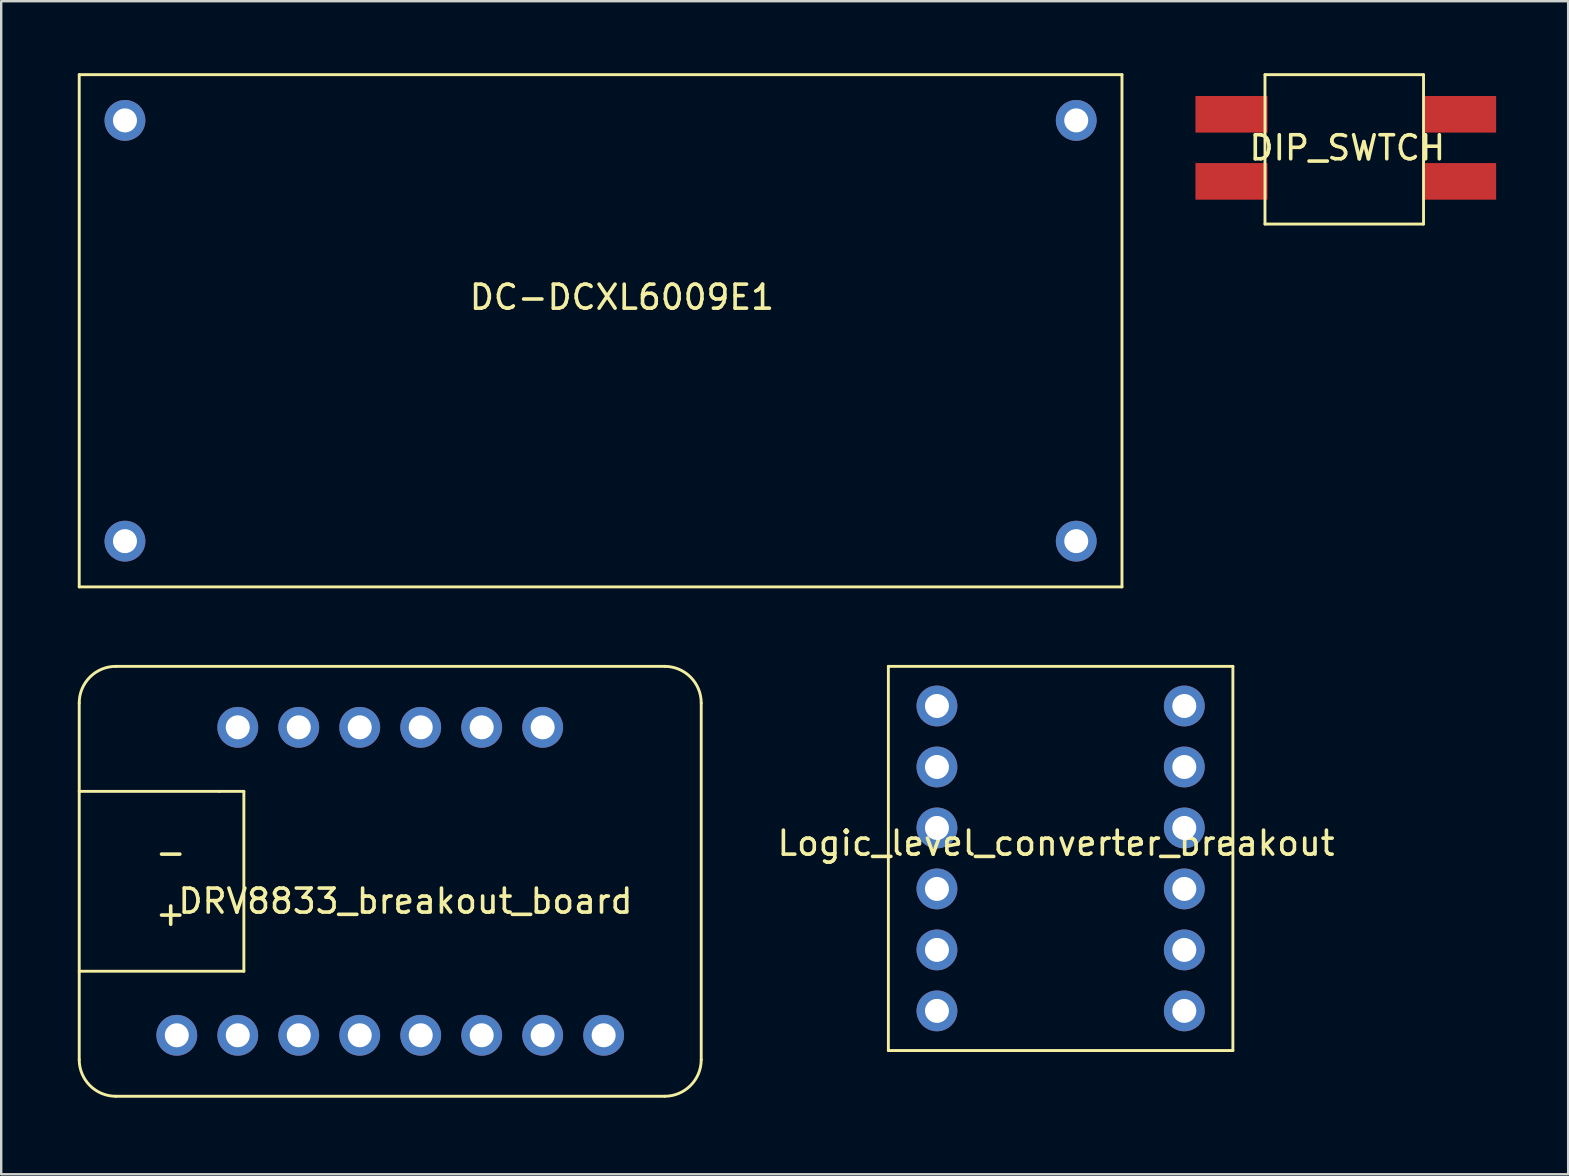
<source format=kicad_pcb>
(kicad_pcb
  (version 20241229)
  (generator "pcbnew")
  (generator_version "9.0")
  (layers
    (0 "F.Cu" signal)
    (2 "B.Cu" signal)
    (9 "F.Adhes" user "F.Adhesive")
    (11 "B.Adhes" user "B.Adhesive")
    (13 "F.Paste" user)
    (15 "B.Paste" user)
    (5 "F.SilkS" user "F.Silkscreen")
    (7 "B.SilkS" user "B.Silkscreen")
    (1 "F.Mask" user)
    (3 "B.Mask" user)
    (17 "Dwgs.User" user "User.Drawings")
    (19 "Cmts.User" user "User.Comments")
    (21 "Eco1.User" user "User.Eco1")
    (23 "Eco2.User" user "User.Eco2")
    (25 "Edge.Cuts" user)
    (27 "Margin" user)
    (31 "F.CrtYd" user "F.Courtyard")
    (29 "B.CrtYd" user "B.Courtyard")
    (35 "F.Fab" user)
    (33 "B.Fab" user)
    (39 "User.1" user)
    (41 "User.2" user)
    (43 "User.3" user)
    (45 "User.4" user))
  (footprint "DIP_SWTCH"
    (layer "F.Cu")
    (at 53.07 3.108)
    (property "Reference" "DIP_SWTCH" (at 0 0 0) (layer "F.SilkS") (effects (font (size 1 1) (thickness 0.15))))
    (attr through_hole)
    (fp_line (start -3.429 -3.048) (end -3.429 3.175) (stroke (width 0.12) (type solid)) (layer "F.SilkS"))
    (fp_line (start -3.429 3.175) (end 3.175 3.175) (stroke (width 0.12) (type solid)) (layer "F.SilkS"))
    (fp_line (start 3.175 -3.048) (end -3.429 -3.048) (stroke (width 0.12) (type solid)) (layer "F.SilkS"))
    (fp_line (start 3.175 3.175) (end 3.175 -3.048) (stroke (width 0.12) (type solid)) (layer "F.SilkS"))
    (pad "1" smd rect (at -4.826 -1.397 180) (size 3 1.524) (layers "F.Cu" "F.Mask" "F.Paste"))
    (pad "2" smd rect (at -4.826 1.397 180) (size 3 1.524) (layers "F.Cu" "F.Mask" "F.Paste"))
    (pad "3" smd rect (at 4.699 -1.397 180) (size 3 1.524) (layers "F.Cu" "F.Mask" "F.Paste"))
    (pad "4" smd rect (at 4.699 1.397 180) (size 3 1.524) (layers "F.Cu" "F.Mask" "F.Paste")))
  (footprint "Logic_level_converter_breakout"
    (layer "F.Cu")
    (at 33.953 40.708)
    (property "Reference" "Logic_level_converter_breakout" (at 6.985 -8.636 0) (layer "F.SilkS") (effects (font (size 1 1) (thickness 0.15))))
    (attr through_hole)
    (fp_line (start 0 -16.002) (end 0 0) (stroke (width 0.12) (type solid)) (layer "F.SilkS"))
    (fp_line (start 0 0) (end 14.351 0) (stroke (width 0.12) (type solid)) (layer "F.SilkS"))
    (fp_line (start 14.351 -16.002) (end 0 -16.002) (stroke (width 0.12) (type solid)) (layer "F.SilkS"))
    (fp_line (start 14.351 0) (end 14.351 -16.002) (stroke (width 0.12) (type solid)) (layer "F.SilkS"))
    (pad "1" thru_hole circle (at 2.024 -14.351) (size 1.7 1.7) (drill 1) (layers "*.Cu" "*.Mask"))
    (pad "2" thru_hole circle (at 2.024 -11.811) (size 1.7 1.7) (drill 1) (layers "*.Cu" "*.Mask"))
    (pad "3" thru_hole circle (at 2.024 -9.271) (size 1.7 1.7) (drill 1) (layers "*.Cu" "*.Mask"))
    (pad "4" thru_hole circle (at 2.024 -6.731) (size 1.7 1.7) (drill 1) (layers "*.Cu" "*.Mask"))
    (pad "5" thru_hole circle (at 2.024 -4.191) (size 1.7 1.7) (drill 1) (layers "*.Cu" "*.Mask"))
    (pad "6" thru_hole circle (at 2.024 -1.651) (size 1.7 1.7) (drill 1) (layers "*.Cu" "*.Mask"))
    (pad "7" thru_hole circle (at 12.327 -14.351) (size 1.7 1.7) (drill 1) (layers "*.Cu" "*.Mask"))
    (pad "8" thru_hole circle (at 12.327 -11.811) (size 1.7 1.7) (drill 1) (layers "*.Cu" "*.Mask"))
    (pad "9" thru_hole circle (at 12.327 -9.271) (size 1.7 1.7) (drill 1) (layers "*.Cu" "*.Mask"))
    (pad "10" thru_hole circle (at 12.327 -6.731) (size 1.7 1.7) (drill 1) (layers "*.Cu" "*.Mask"))
    (pad "11" thru_hole circle (at 12.327 -4.191) (size 1.7 1.7) (drill 1) (layers "*.Cu" "*.Mask"))
    (pad "12" thru_hole circle (at 12.327 -1.651) (size 1.7 1.7) (drill 1) (layers "*.Cu" "*.Mask")))
  (footprint "DRV8833_breakout_board"
    (layer "F.Cu")
    (at 0.25 42.613)
    (property "Reference" "DRV8833_breakout_board" (at 13.589 -8.128 0) (layer "F.SilkS") (effects (font (size 1 1) (thickness 0.15))))
    (attr through_hole)
    (fp_line (start 0 -16.383) (end 0 -1.524) (stroke (width 0.12) (type solid)) (layer "F.SilkS"))
    (fp_line (start 0 -12.7) (end 5.842 -12.7) (stroke (width 0.12) (type solid)) (layer "F.SilkS"))
    (fp_line (start 0 -5.207) (end 6.858 -5.207) (stroke (width 0.12) (type solid)) (layer "F.SilkS"))
    (fp_line (start 1.524 0) (end 24.384 0) (stroke (width 0.12) (type solid)) (layer "F.SilkS"))
    (fp_line (start 6.858 -12.7) (end 5.842 -12.7) (stroke (width 0.12) (type solid)) (layer "F.SilkS"))
    (fp_line (start 6.858 -5.207) (end 6.858 -12.7) (stroke (width 0.12) (type solid)) (layer "F.SilkS"))
    (fp_line (start 24.384 -17.907) (end 1.524 -17.907) (stroke (width 0.12) (type solid)) (layer "F.SilkS"))
    (fp_line (start 25.908 -1.524) (end 25.908 -16.383) (stroke (width 0.12) (type solid)) (layer "F.SilkS"))
    (fp_arc (start 0 -16.383) (mid 0.446369 -17.460631) (end 1.524 -17.907) (stroke (width 0.12) (type solid)) (layer "F.SilkS"))
    (fp_arc (start 1.524 0) (mid 0.446369 -0.446369) (end 0 -1.524) (stroke (width 0.12) (type solid)) (layer "F.SilkS"))
    (fp_arc (start 24.384 -17.907) (mid 25.461631 -17.460631) (end 25.908 -16.383) (stroke (width 0.12) (type solid)) (layer "F.SilkS"))
    (fp_arc (start 25.908 -1.524) (mid 25.461631 -0.446369) (end 24.384 0) (stroke (width 0.12) (type solid)) (layer "F.SilkS"))
    (fp_text user "-" (at 3.81 -10.16 0) (layer "F.SilkS") (effects (font (size 1 1) (thickness 0.15))))
    (fp_text user "+" (at 3.81 -7.62 0) (layer "F.SilkS") (effects (font (size 1 1) (thickness 0.15))))
    (pad "1" thru_hole circle (at 19.304 -15.367) (size 1.7 1.7) (drill 1) (layers "*.Cu" "*.Mask"))
    (pad "2" thru_hole circle (at 16.764 -15.367) (size 1.7 1.7) (drill 1) (layers "*.Cu" "*.Mask"))
    (pad "3" thru_hole circle (at 14.224 -15.367) (size 1.7 1.7) (drill 1) (layers "*.Cu" "*.Mask"))
    (pad "4" thru_hole circle (at 11.684 -15.367) (size 1.7 1.7) (drill 1) (layers "*.Cu" "*.Mask"))
    (pad "5" thru_hole circle (at 9.144 -15.367) (size 1.7 1.7) (drill 1) (layers "*.Cu" "*.Mask"))
    (pad "6" thru_hole circle (at 6.604 -15.367) (size 1.7 1.7) (drill 1) (layers "*.Cu" "*.Mask"))
    (pad "7" thru_hole circle (at 21.844 -2.54) (size 1.7 1.7) (drill 1) (layers "*.Cu" "*.Mask"))
    (pad "8" thru_hole circle (at 19.304 -2.54) (size 1.7 1.7) (drill 1) (layers "*.Cu" "*.Mask"))
    (pad "9" thru_hole circle (at 16.764 -2.54) (size 1.7 1.7) (drill 1) (layers "*.Cu" "*.Mask"))
    (pad "10" thru_hole circle (at 14.224 -2.54) (size 1.7 1.7) (drill 1) (layers "*.Cu" "*.Mask"))
    (pad "11" thru_hole circle (at 11.684 -2.54) (size 1.7 1.7) (drill 1) (layers "*.Cu" "*.Mask"))
    (pad "12" thru_hole circle (at 9.144 -2.54) (size 1.7 1.7) (drill 1) (layers "*.Cu" "*.Mask"))
    (pad "13" thru_hole circle (at 6.604 -2.54) (size 1.7 1.7) (drill 1) (layers "*.Cu" "*.Mask"))
    (pad "14" thru_hole circle (at 4.064 -2.54) (size 1.7 1.7) (drill 1) (layers "*.Cu" "*.Mask")))
  (footprint "DC-DCXL6009E1"
    (layer "F.Cu")
    (at 0.25 21.396)
    (property "Reference" "DC-DCXL6009E1" (at 22.606 -12.065 0) (layer "F.SilkS") (effects (font (size 1 1) (thickness 0.15))))
    (attr through_hole)
    (fp_line (start 0 -21.336) (end 0 0) (stroke (width 0.12) (type solid)) (layer "F.SilkS"))
    (fp_line (start 0 0) (end 43.434 0) (stroke (width 0.12) (type solid)) (layer "F.SilkS"))
    (fp_line (start 43.434 -21.336) (end 0 -21.336) (stroke (width 0.12) (type solid)) (layer "F.SilkS"))
    (fp_line (start 43.434 0) (end 43.434 -21.336) (stroke (width 0.12) (type solid)) (layer "F.SilkS"))
    (pad "1" thru_hole circle (at 1.905 -19.431) (size 1.7 1.7) (drill 1) (layers "*.Cu" "*.Mask"))
    (pad "2" thru_hole circle (at 1.905 -1.905) (size 1.7 1.7) (drill 1) (layers "*.Cu" "*.Mask"))
    (pad "3" thru_hole circle (at 41.529 -19.431) (size 1.7 1.7) (drill 1) (layers "*.Cu" "*.Mask"))
    (pad "4" thru_hole circle (at 41.529 -1.905) (size 1.7 1.7) (drill 1) (layers "*.Cu" "*.Mask")))
  (gr_rect
    (start -3 -3)
    (end 62.269 45.863)
    (stroke (width 0.1) (type default))
    (fill no)
    (layer "Edge.Cuts")))
</source>
